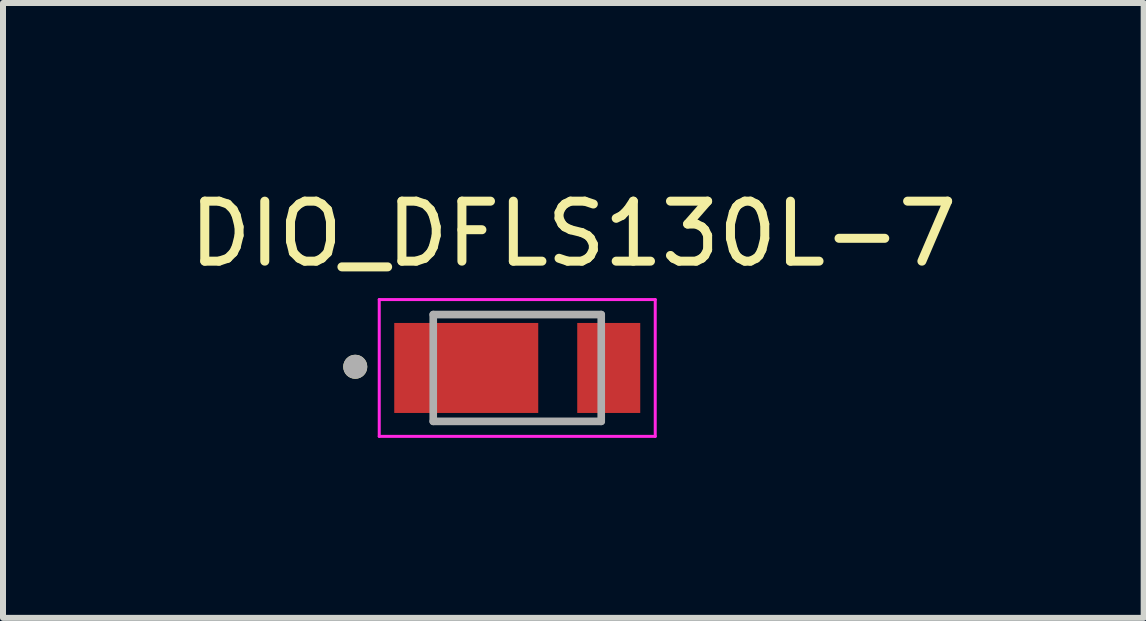
<source format=kicad_pcb>
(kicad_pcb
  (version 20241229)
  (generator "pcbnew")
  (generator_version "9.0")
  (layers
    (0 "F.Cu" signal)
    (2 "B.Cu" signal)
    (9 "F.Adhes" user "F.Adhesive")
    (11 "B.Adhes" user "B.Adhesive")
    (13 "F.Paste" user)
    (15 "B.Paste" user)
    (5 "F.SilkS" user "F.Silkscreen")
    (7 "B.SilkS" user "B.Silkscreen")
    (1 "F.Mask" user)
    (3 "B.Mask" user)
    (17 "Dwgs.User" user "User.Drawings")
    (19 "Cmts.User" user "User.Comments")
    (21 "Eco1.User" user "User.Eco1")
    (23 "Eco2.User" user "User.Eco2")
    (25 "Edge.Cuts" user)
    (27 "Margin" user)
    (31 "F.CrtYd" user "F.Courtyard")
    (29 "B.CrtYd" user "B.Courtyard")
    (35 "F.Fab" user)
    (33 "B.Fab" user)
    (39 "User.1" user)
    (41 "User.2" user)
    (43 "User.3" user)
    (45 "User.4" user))
  (footprint "DIO_DFLS130L-7"
    (layer "F.Cu")
    (at 5.571 3.083)
    (property "Reference" "DIO_DFLS130L-7" (at 0.935 -2.235 0) (layer "F.SilkS") (effects (font (size 1 1) (thickness 0.15))))
    (attr smd)
    (fp_circle (center -2.7 -0.02) (end -2.6 -0.02) (stroke (width 0.2) (type solid)) (fill no) (layer "F.SilkS"))
    (fp_line (start -2.3 -1.14) (end 2.3 -1.14) (stroke (width 0.05) (type solid)) (layer "F.CrtYd"))
    (fp_line (start -2.3 1.14) (end -2.3 -1.14) (stroke (width 0.05) (type solid)) (layer "F.CrtYd"))
    (fp_line (start 2.3 -1.14) (end 2.3 1.14) (stroke (width 0.05) (type solid)) (layer "F.CrtYd"))
    (fp_line (start 2.3 1.14) (end -2.3 1.14) (stroke (width 0.05) (type solid)) (layer "F.CrtYd"))
    (fp_line (start -1.4 -0.89) (end 1.4 -0.89) (stroke (width 0.127) (type solid)) (layer "F.Fab"))
    (fp_line (start -1.4 0.89) (end -1.4 -0.89) (stroke (width 0.127) (type solid)) (layer "F.Fab"))
    (fp_line (start 1.4 -0.89) (end 1.4 0.89) (stroke (width 0.127) (type solid)) (layer "F.Fab"))
    (fp_line (start 1.4 0.89) (end -1.4 0.89) (stroke (width 0.127) (type solid)) (layer "F.Fab"))
    (fp_circle (center -2.7 -0.02) (end -2.6 -0.02) (stroke (width 0.2) (type solid)) (fill no) (layer "F.Fab"))
    (pad "A" smd rect (at 1.525 0) (size 1.05 1.5) (layers "F.Cu" "F.Mask" "F.Paste"))
    (pad "C" smd rect (at -0.85 0) (size 2.4 1.5) (layers "F.Cu" "F.Mask" "F.Paste")))
  (gr_rect
    (start -3 -3)
    (end 16.012 7.248)
    (stroke (width 0.1) (type default))
    (fill no)
    (layer "Edge.Cuts")))
</source>
